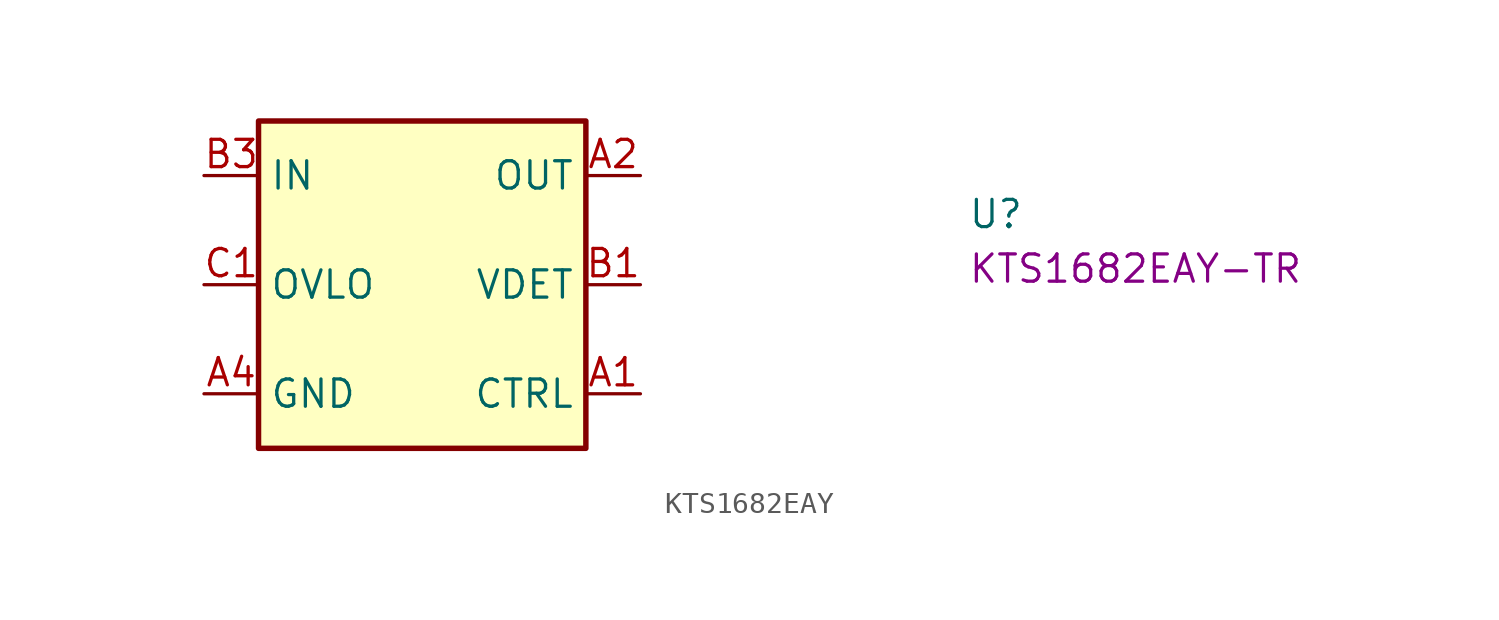
<source format=kicad_sym>
(kicad_symbol_lib
  (version 20220914)
  (generator kicad_symbol_editor)
  (symbol "KTS1682EAY"
    (property "Reference" "U"
      (at 35.56 -2.54 0)
      (effects (font (size 1.27 1.27) (thickness 0.15)) (justify left bottom)))
    (property "MPN" "KTS1682EAY-TR"
      (at 35.56 -5.08 0)
      (effects (font (size 1.27 1.27) (thickness 0.15)) (justify left bottom)))
    (symbol "KTS1682EAY_1_1"
      (rectangle (start 2.54 2.54) (end 17.78 -12.7) (stroke (width 0.254) (type default)) (fill (type background)))
      (pin input line (at 20.32 -10.16 180) (length 2.54) (name "CTRL" (effects (font (size 1.27 1.27)))) (number "A1" (effects (font (size 1.27 1.27)))))
      (pin power_out line (at 20.32 0 180) (length 2.54) (name "OUT" (effects (font (size 1.27 1.27)))) (number "A2" (effects (font (size 1.27 1.27)))))
      (pin passive line (at 20.32 0 180) (length 2.54) hide (name "OUT" (effects (font (size 1.27 1.27)))) (number "A3" (effects (font (size 1.27 1.27)))))
      (pin power_in line (at 0 -10.16 0) (length 2.54) (name "GND" (effects (font (size 1.27 1.27)))) (number "A4" (effects (font (size 1.27 1.27)))))
      (pin output line (at 20.32 -5.08 180) (length 2.54) (name "VDET" (effects (font (size 1.27 1.27)))) (number "B1" (effects (font (size 1.27 1.27)))))
      (pin passive line (at 20.32 0 180) (length 2.54) hide (name "OUT" (effects (font (size 1.27 1.27)))) (number "B2" (effects (font (size 1.27 1.27)))))
      (pin power_in line (at 0 0 0) (length 2.54) (name "IN" (effects (font (size 1.27 1.27)))) (number "B3" (effects (font (size 1.27 1.27)))))
      (pin passive line (at 0 -10.16 0) (length 2.54) hide (name "GND" (effects (font (size 1.27 1.27)))) (number "B4" (effects (font (size 1.27 1.27)))))
      (pin input line (at 0 -5.08 0) (length 2.54) (name "OVLO" (effects (font (size 1.27 1.27)))) (number "C1" (effects (font (size 1.27 1.27)))))
      (pin passive line (at 0 0 0) (length 2.54) hide (name "IN" (effects (font (size 1.27 1.27)))) (number "C2" (effects (font (size 1.27 1.27)))))
      (pin passive line (at 0 0 0) (length 2.54) hide (name "IN" (effects (font (size 1.27 1.27)))) (number "C3" (effects (font (size 1.27 1.27)))))
      (pin passive line (at 0 -10.16 0) (length 2.54) hide (name "GND" (effects (font (size 1.27 1.27)))) (number "C4" (effects (font (size 1.27 1.27))))))))
</source>
